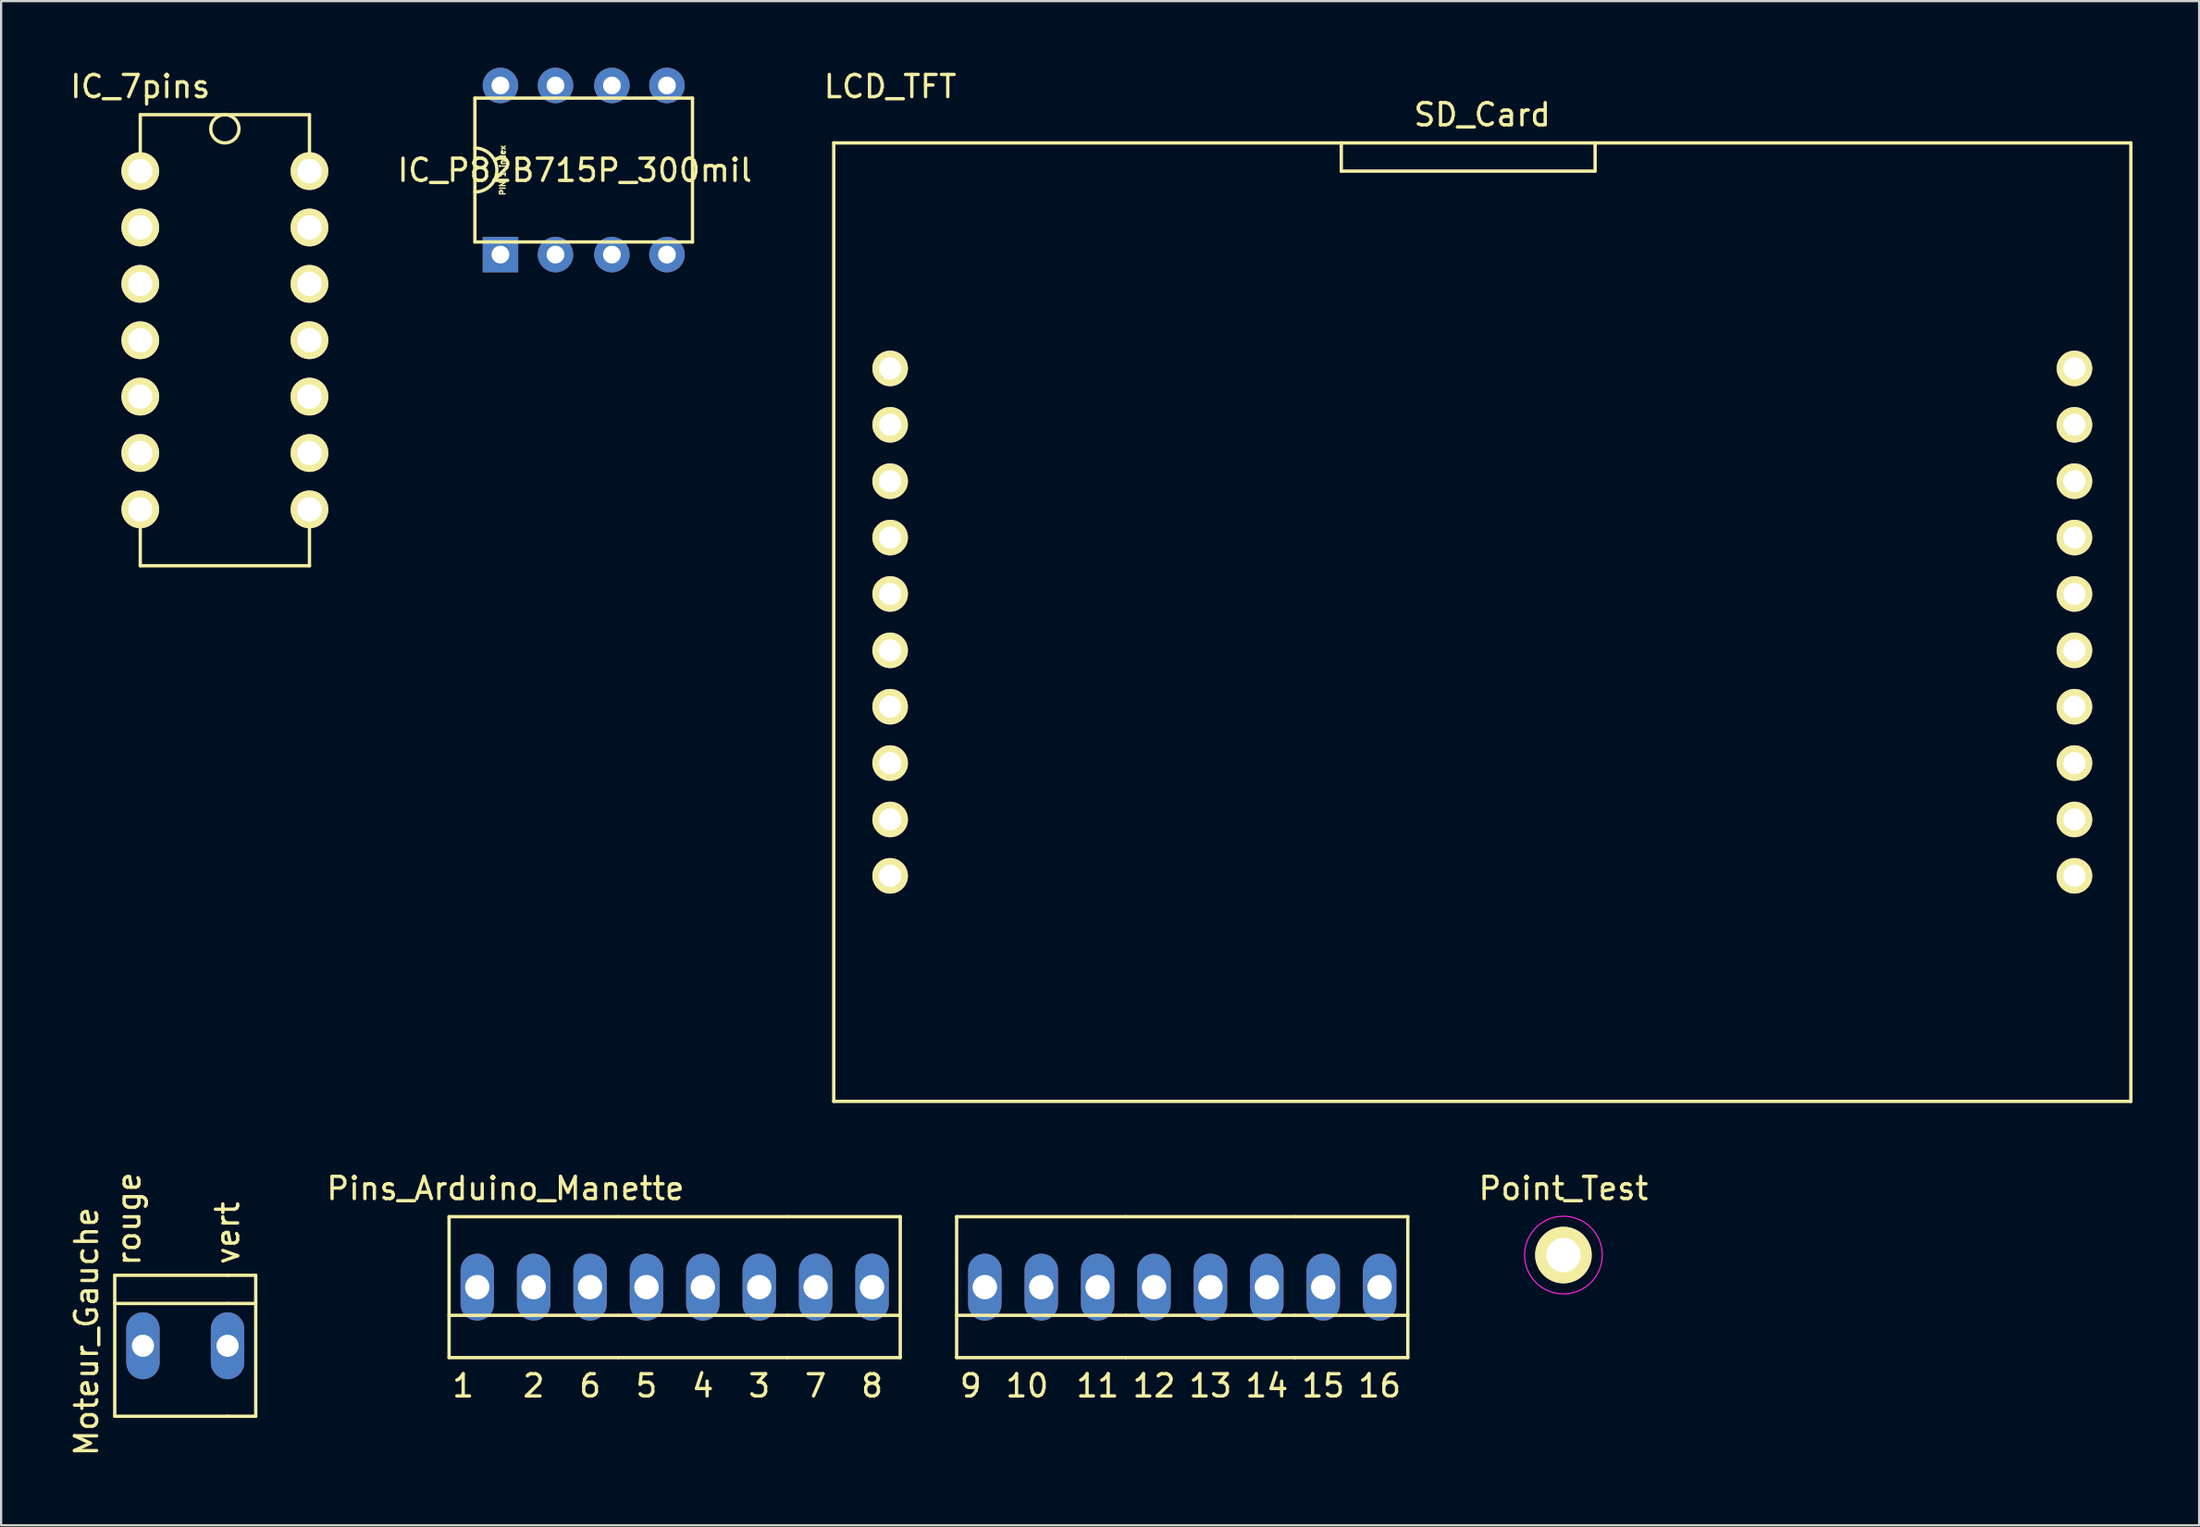
<source format=kicad_pcb>
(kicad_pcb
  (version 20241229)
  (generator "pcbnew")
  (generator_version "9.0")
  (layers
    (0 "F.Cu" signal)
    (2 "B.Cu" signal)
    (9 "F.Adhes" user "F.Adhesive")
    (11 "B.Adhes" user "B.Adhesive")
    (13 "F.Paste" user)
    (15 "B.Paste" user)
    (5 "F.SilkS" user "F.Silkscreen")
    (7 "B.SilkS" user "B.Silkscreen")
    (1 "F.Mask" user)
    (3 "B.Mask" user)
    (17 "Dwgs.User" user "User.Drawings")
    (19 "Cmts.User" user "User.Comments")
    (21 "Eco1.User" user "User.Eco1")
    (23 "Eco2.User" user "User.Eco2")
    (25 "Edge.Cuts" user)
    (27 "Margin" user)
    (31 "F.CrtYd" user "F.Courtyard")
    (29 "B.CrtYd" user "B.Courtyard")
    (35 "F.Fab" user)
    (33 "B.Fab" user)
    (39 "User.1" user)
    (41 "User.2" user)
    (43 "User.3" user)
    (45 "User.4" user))
  (footprint "IC_P82B715P_300mil"
    (layer "F.Cu")
    (at 18.339 1.37)
    (property "Reference" "IC_P82B715P_300mil" (at 4.5 3.25 0) (layer "F.SilkS") (effects (font (size 1 1) (thickness 0.15))))
    (attr through_hole)
    (fp_line (start 0 0) (end 0 6.48) (stroke (width 0.15) (type solid)) (layer "F.SilkS"))
    (fp_line (start 0 0) (end 9.8 0) (stroke (width 0.15) (type solid)) (layer "F.SilkS"))
    (fp_line (start 9.8 0) (end 9.8 6.48) (stroke (width 0.15) (type solid)) (layer "F.SilkS"))
    (fp_line (start 9.8 6.48) (end 0 6.48) (stroke (width 0.15) (type solid)) (layer "F.SilkS"))
    (fp_arc (start 0 2.25) (mid 0.99 3.24) (end 0 4.23) (stroke (width 0.15) (type solid)) (layer "F.SilkS"))
    (fp_text user "PIN 1 index" (at 1.25 3.25 90) (layer "F.SilkS") (effects (font (size 0.25 0.25) (thickness 0.062))))
    (pad "1" thru_hole rect (at 1.15 7.05) (size 1.6 1.6) (drill 0.8) (layers "*.Cu" "*.Mask"))
    (pad "2" thru_hole circle (at 3.63 7.05) (size 1.6 1.6) (drill 0.8) (layers "*.Cu" "*.Mask"))
    (pad "3" thru_hole circle (at 6.17 7.05) (size 1.6 1.6) (drill 0.8) (layers "*.Cu" "*.Mask"))
    (pad "4" thru_hole circle (at 8.65 7.05) (size 1.6 1.6) (drill 0.8) (layers "*.Cu" "*.Mask"))
    (pad "5" thru_hole circle (at 8.65 -0.57) (size 1.6 1.6) (drill 0.8) (layers "*.Cu" "*.Mask"))
    (pad "6" thru_hole circle (at 6.17 -0.57) (size 1.6 1.6) (drill 0.8) (layers "*.Cu" "*.Mask"))
    (pad "7" thru_hole circle (at 3.63 -0.57) (size 1.6 1.6) (drill 0.8) (layers "*.Cu" "*.Mask"))
    (pad "8" thru_hole circle (at 1.15 -0.57) (size 1.6 1.6) (drill 0.8) (layers "*.Cu" "*.Mask")))
  (footprint "Pins_Arduino_Manette"
    (layer "F.Cu")
    (at 20.986 52.397)
    (property "Reference" "Pins_Arduino_Manette" (at -1.27 -1.905 180) (layer "F.SilkS") (effects (font (size 1 1) (thickness 0.15))))
    (attr exclude_from_pos_files exclude_from_bom)
    (fp_line (start -3.81 5.715) (end -3.81 -0.635) (stroke (width 0.15) (type solid)) (layer "F.SilkS"))
    (fp_line (start 3.81 -0.635) (end -3.81 -0.635) (stroke (width 0.15) (type solid)) (layer "F.SilkS"))
    (fp_line (start 3.81 -0.635) (end 11.43 -0.635) (stroke (width 0.15) (type solid)) (layer "F.SilkS"))
    (fp_line (start 3.81 3.81) (end -3.81 3.81) (stroke (width 0.15) (type solid)) (layer "F.SilkS"))
    (fp_line (start 3.81 3.81) (end 11.43 3.81) (stroke (width 0.15) (type solid)) (layer "F.SilkS"))
    (fp_line (start 3.81 5.715) (end -3.81 5.715) (stroke (width 0.15) (type solid)) (layer "F.SilkS"))
    (fp_line (start 11.43 -0.635) (end 16.51 -0.635) (stroke (width 0.15) (type solid)) (layer "F.SilkS"))
    (fp_line (start 11.43 3.81) (end 16.51 3.81) (stroke (width 0.15) (type solid)) (layer "F.SilkS"))
    (fp_line (start 11.43 5.715) (end 3.81 5.715) (stroke (width 0.15) (type solid)) (layer "F.SilkS"))
    (fp_line (start 11.43 5.715) (end 16.51 5.715) (stroke (width 0.15) (type solid)) (layer "F.SilkS"))
    (fp_line (start 16.51 5.715) (end 16.51 -0.635) (stroke (width 0.15) (type solid)) (layer "F.SilkS"))
    (fp_line (start 19.05 5.715) (end 19.05 -0.635) (stroke (width 0.15) (type solid)) (layer "F.SilkS"))
    (fp_line (start 26.67 -0.635) (end 19.05 -0.635) (stroke (width 0.15) (type solid)) (layer "F.SilkS"))
    (fp_line (start 26.67 -0.635) (end 34.29 -0.635) (stroke (width 0.15) (type solid)) (layer "F.SilkS"))
    (fp_line (start 26.67 3.81) (end 19.05 3.81) (stroke (width 0.15) (type solid)) (layer "F.SilkS"))
    (fp_line (start 26.67 3.81) (end 34.29 3.81) (stroke (width 0.15) (type solid)) (layer "F.SilkS"))
    (fp_line (start 26.67 5.715) (end 19.05 5.715) (stroke (width 0.15) (type solid)) (layer "F.SilkS"))
    (fp_line (start 34.29 -0.635) (end 39.37 -0.635) (stroke (width 0.15) (type solid)) (layer "F.SilkS"))
    (fp_line (start 34.29 3.81) (end 39.37 3.81) (stroke (width 0.15) (type solid)) (layer "F.SilkS"))
    (fp_line (start 34.29 5.715) (end 26.67 5.715) (stroke (width 0.15) (type solid)) (layer "F.SilkS"))
    (fp_line (start 34.29 5.715) (end 39.37 5.715) (stroke (width 0.15) (type solid)) (layer "F.SilkS"))
    (fp_line (start 39.37 5.715) (end 39.37 -0.635) (stroke (width 0.15) (type solid)) (layer "F.SilkS"))
    (fp_text user "11" (at 25.4 6.985 0) (layer "F.SilkS") (effects (font (size 1 1) (thickness 0.15))))
    (fp_text user "13" (at 30.48 6.985 0) (layer "F.SilkS") (effects (font (size 1 1) (thickness 0.15))))
    (fp_text user "1" (at -3.175 6.985 0) (layer "F.SilkS") (effects (font (size 1 1) (thickness 0.15))))
    (fp_text user "14" (at 33.02 6.985 0) (layer "F.SilkS") (effects (font (size 1 1) (thickness 0.15))))
    (fp_text user "16" (at 38.1 6.985 0) (layer "F.SilkS") (effects (font (size 1 1) (thickness 0.15))))
    (fp_text user "6" (at 2.54 6.985 0) (layer "F.SilkS") (effects (font (size 1 1) (thickness 0.15))))
    (fp_text user "7" (at 12.7 6.985 0) (layer "F.SilkS") (effects (font (size 1 1) (thickness 0.15))))
    (fp_text user "8" (at 15.24 6.985 0) (layer "F.SilkS") (effects (font (size 1 1) (thickness 0.15))))
    (fp_text user "5" (at 5.08 6.985 0) (layer "F.SilkS") (effects (font (size 1 1) (thickness 0.15))))
    (fp_text user "12" (at 27.94 6.985 0) (layer "F.SilkS") (effects (font (size 1 1) (thickness 0.15))))
    (fp_text user "4" (at 7.62 6.985 0) (layer "F.SilkS") (effects (font (size 1 1) (thickness 0.15))))
    (fp_text user "3" (at 10.16 6.985 0) (layer "F.SilkS") (effects (font (size 1 1) (thickness 0.15))))
    (fp_text user "10" (at 22.225 6.985 0) (layer "F.SilkS") (effects (font (size 1 1) (thickness 0.15))))
    (fp_text user "9" (at 19.685 6.985 0) (layer "F.SilkS") (effects (font (size 1 1) (thickness 0.15))))
    (fp_text user "15" (at 35.56 6.985 0) (layer "F.SilkS") (effects (font (size 1 1) (thickness 0.15))))
    (fp_text user "2" (at 0 6.985 0) (layer "F.SilkS") (effects (font (size 1 1) (thickness 0.15))))
    (pad "1" thru_hole oval (at -2.54 2.54 180) (size 1.506 3.015) (drill 1.1) (layers "*.Cu" "*.Mask"))
    (pad "2" thru_hole oval (at 0 2.54 180) (size 1.506 3.015) (drill 1.1) (layers "*.Cu" "*.Mask"))
    (pad "3" thru_hole oval (at 10.16 2.54 180) (size 1.506 3.015) (drill 1.1) (layers "*.Cu" "*.Mask"))
    (pad "4" thru_hole oval (at 7.62 2.54 180) (size 1.506 3.015) (drill 1.1) (layers "*.Cu" "*.Mask"))
    (pad "5" thru_hole oval (at 5.08 2.54 180) (size 1.506 3.015) (drill 1.1) (layers "*.Cu" "*.Mask"))
    (pad "6" thru_hole oval (at 2.54 2.54 180) (size 1.506 3.015) (drill 1.1) (layers "*.Cu" "*.Mask"))
    (pad "7" thru_hole oval (at 12.7 2.54 180) (size 1.506 3.015) (drill 1.1) (layers "*.Cu" "*.Mask"))
    (pad "8" thru_hole oval (at 15.24 2.54 180) (size 1.506 3.015) (drill 1.1) (layers "*.Cu" "*.Mask"))
    (pad "9" thru_hole oval (at 20.32 2.54 180) (size 1.506 3.015) (drill 1.1) (layers "*.Cu" "*.Mask"))
    (pad "10" thru_hole oval (at 22.86 2.54 180) (size 1.506 3.015) (drill 1.1) (layers "*.Cu" "*.Mask"))
    (pad "11" thru_hole oval (at 25.4 2.54 180) (size 1.506 3.015) (drill 1.1) (layers "*.Cu" "*.Mask"))
    (pad "12" thru_hole oval (at 27.94 2.54 180) (size 1.506 3.015) (drill 1.1) (layers "*.Cu" "*.Mask"))
    (pad "13" thru_hole oval (at 30.48 2.54 180) (size 1.506 3.015) (drill 1.1) (layers "*.Cu" "*.Mask"))
    (pad "14" thru_hole oval (at 33.02 2.54 180) (size 1.506 3.015) (drill 1.1) (layers "*.Cu" "*.Mask"))
    (pad "15" thru_hole oval (at 35.56 2.54 180) (size 1.506 3.015) (drill 1.1) (layers "*.Cu" "*.Mask"))
    (pad "16" thru_hole oval (at 38.1 2.54 180) (size 1.506 3.015) (drill 1.1) (layers "*.Cu" "*.Mask")))
  (footprint "IC_7pins"
    (layer "F.Cu")
    (at 5.808 24.978)
    (property "Reference" "IC_7pins" (at -2.54 -24.13 0) (layer "F.SilkS") (effects (font (size 1 1) (thickness 0.15))))
    (attr through_hole)
    (fp_line (start -2.54 -22.86) (end 5.08 -22.86) (stroke (width 0.15) (type solid)) (layer "F.SilkS"))
    (fp_line (start -2.54 -20.32) (end -2.54 -22.86) (stroke (width 0.15) (type solid)) (layer "F.SilkS"))
    (fp_line (start -2.54 -5.08) (end -2.54 -2.54) (stroke (width 0.15) (type solid)) (layer "F.SilkS"))
    (fp_line (start -2.54 -2.54) (end 5.08 -2.54) (stroke (width 0.15) (type solid)) (layer "F.SilkS"))
    (fp_line (start 5.08 -22.86) (end 5.08 -20.32) (stroke (width 0.15) (type solid)) (layer "F.SilkS"))
    (fp_line (start 5.08 -2.54) (end 5.08 -5.08) (stroke (width 0.15) (type solid)) (layer "F.SilkS"))
    (fp_circle (center 1.27 -22.225) (end 1.27 -21.59) (stroke (width 0.15) (type solid)) (fill no) (layer "F.SilkS"))
    (pad "1" thru_hole circle (at -2.54 -20.32) (size 1.7 1.7) (drill 1.1) (layers "*.Cu" "*.Mask" "F.SilkS"))
    (pad "2" thru_hole circle (at -2.54 -17.78) (size 1.7 1.7) (drill 1.1) (layers "*.Cu" "*.Mask" "F.SilkS"))
    (pad "3" thru_hole circle (at -2.54 -15.24) (size 1.7 1.7) (drill 1.1) (layers "*.Cu" "*.Mask" "F.SilkS"))
    (pad "4" thru_hole circle (at -2.54 -12.7) (size 1.7 1.7) (drill 1.1) (layers "*.Cu" "*.Mask" "F.SilkS"))
    (pad "5" thru_hole circle (at -2.54 -10.16) (size 1.7 1.7) (drill 1.1) (layers "*.Cu" "*.Mask" "F.SilkS"))
    (pad "6" thru_hole circle (at -2.54 -7.62) (size 1.7 1.7) (drill 1.1) (layers "*.Cu" "*.Mask" "F.SilkS"))
    (pad "7" thru_hole circle (at -2.54 -5.08) (size 1.7 1.7) (drill 1.1) (layers "*.Cu" "*.Mask" "F.SilkS"))
    (pad "8" thru_hole circle (at 5.08 -5.08) (size 1.7 1.7) (drill 1.1) (layers "*.Cu" "*.Mask" "F.SilkS"))
    (pad "9" thru_hole circle (at 5.08 -7.62) (size 1.7 1.7) (drill 1.1) (layers "*.Cu" "*.Mask" "F.SilkS"))
    (pad "10" thru_hole circle (at 5.08 -10.16) (size 1.7 1.7) (drill 1.1) (layers "*.Cu" "*.Mask" "F.SilkS"))
    (pad "11" thru_hole circle (at 5.08 -12.7) (size 1.7 1.7) (drill 1.1) (layers "*.Cu" "*.Mask" "F.SilkS"))
    (pad "12" thru_hole circle (at 5.08 -15.24) (size 1.7 1.7) (drill 1.1) (layers "*.Cu" "*.Mask" "F.SilkS"))
    (pad "13" thru_hole circle (at 5.08 -17.78) (size 1.7 1.7) (drill 1.1) (layers "*.Cu" "*.Mask" "F.SilkS"))
    (pad "14" thru_hole circle (at 5.08 -20.32) (size 1.7 1.7) (drill 1.1) (layers "*.Cu" "*.Mask" "F.SilkS")))
  (footprint "LCD_TFT"
    (layer "F.Cu")
    (at 62.441 36.408)
    (property "Reference" "LCD_TFT" (at -25.4 -35.56 0) (layer "F.SilkS") (effects (font (size 1 1) (thickness 0.15))))
    (attr through_hole)
    (fp_line (start -27.94 -33.02) (end 30.48 -33.02) (stroke (width 0.15) (type solid)) (layer "F.SilkS"))
    (fp_line (start -27.94 10.16) (end -27.94 -33.02) (stroke (width 0.15) (type solid)) (layer "F.SilkS"))
    (fp_line (start -5.08 -33.02) (end -5.08 -31.75) (stroke (width 0.15) (type solid)) (layer "F.SilkS"))
    (fp_line (start -5.08 -31.75) (end 6.35 -31.75) (stroke (width 0.15) (type solid)) (layer "F.SilkS"))
    (fp_line (start 6.35 -31.75) (end 6.35 -33.02) (stroke (width 0.15) (type solid)) (layer "F.SilkS"))
    (fp_line (start 30.48 -33.02) (end 30.48 10.16) (stroke (width 0.15) (type solid)) (layer "F.SilkS"))
    (fp_line (start 30.48 10.16) (end -27.94 10.16) (stroke (width 0.15) (type solid)) (layer "F.SilkS"))
    (fp_text user "SD_Card" (at 1.27 -34.29 0) (layer "F.SilkS") (effects (font (size 1 1) (thickness 0.15))))
    (pad "" thru_hole circle (at -25.4 -22.86) (size 1.6 1.6) (drill 1) (layers "*.Cu" "*.Mask" "F.SilkS"))
    (pad "" thru_hole circle (at -25.4 -20.32) (size 1.6 1.6) (drill 1) (layers "*.Cu" "*.Mask" "F.SilkS"))
    (pad "" thru_hole circle (at -25.4 -17.78) (size 1.6 1.6) (drill 1) (layers "*.Cu" "*.Mask" "F.SilkS"))
    (pad "" thru_hole circle (at -25.4 -15.24) (size 1.6 1.6) (drill 1) (layers "*.Cu" "*.Mask" "F.SilkS"))
    (pad "" thru_hole circle (at -25.4 -12.7) (size 1.6 1.6) (drill 1) (layers "*.Cu" "*.Mask" "F.SilkS"))
    (pad "" thru_hole circle (at -25.4 -10.16) (size 1.6 1.6) (drill 1) (layers "*.Cu" "*.Mask" "F.SilkS"))
    (pad "" thru_hole circle (at -25.4 -7.62) (size 1.6 1.6) (drill 1) (layers "*.Cu" "*.Mask" "F.SilkS"))
    (pad "" thru_hole circle (at -25.4 -5.08) (size 1.6 1.6) (drill 1) (layers "*.Cu" "*.Mask" "F.SilkS"))
    (pad "" thru_hole circle (at -25.4 -2.54) (size 1.6 1.6) (drill 1) (layers "*.Cu" "*.Mask" "F.SilkS"))
    (pad "" thru_hole circle (at -25.4 0) (size 1.6 1.6) (drill 1) (layers "*.Cu" "*.Mask" "F.SilkS"))
    (pad "1" thru_hole circle (at 27.94 -22.86) (size 1.6 1.6) (drill 1) (layers "*.Cu" "*.Mask" "F.SilkS"))
    (pad "2" thru_hole circle (at 27.94 -20.32) (size 1.6 1.6) (drill 1) (layers "*.Cu" "*.Mask" "F.SilkS"))
    (pad "3" thru_hole circle (at 27.94 -17.78) (size 1.6 1.6) (drill 1) (layers "*.Cu" "*.Mask" "F.SilkS"))
    (pad "4" thru_hole circle (at 27.94 -15.24) (size 1.6 1.6) (drill 1) (layers "*.Cu" "*.Mask" "F.SilkS"))
    (pad "5" thru_hole circle (at 27.94 -12.7) (size 1.6 1.6) (drill 1) (layers "*.Cu" "*.Mask" "F.SilkS"))
    (pad "6" thru_hole circle (at 27.94 -10.16) (size 1.6 1.6) (drill 1) (layers "*.Cu" "*.Mask" "F.SilkS"))
    (pad "7" thru_hole circle (at 27.94 -7.62) (size 1.6 1.6) (drill 1) (layers "*.Cu" "*.Mask" "F.SilkS"))
    (pad "8" thru_hole circle (at 27.94 -5.08) (size 1.6 1.6) (drill 1) (layers "*.Cu" "*.Mask" "F.SilkS"))
    (pad "9" thru_hole circle (at 27.94 -2.54) (size 1.6 1.6) (drill 1) (layers "*.Cu" "*.Mask" "F.SilkS"))
    (pad "10" thru_hole circle (at 27.94 0) (size 1.6 1.6) (drill 1) (layers "*.Cu" "*.Mask" "F.SilkS")))
  (footprint "Point_Test"
    (layer "F.Cu")
    (at 67.365 53.492)
    (property "Reference" "Point_Test" (at 0 -3 0) (layer "F.SilkS") (effects (font (size 1 1) (thickness 0.15))))
    (attr exclude_from_pos_files exclude_from_bom)
    (fp_circle (center 0 0) (end 1.75 0) (stroke (width 0.05) (type solid)) (fill no) (layer "F.CrtYd"))
    (pad "1" thru_hole circle (at 0 0) (size 2.55 2.55) (drill 1.55) (layers "*.Cu" "*.Mask" "F.SilkS")))
  (footprint "Moteur_Gauche"
    (layer "F.Cu")
    (at 4.658 57.578)
    (property "Reference" "Moteur_Gauche" (at -3.81 -0.635 90) (layer "F.SilkS") (effects (font (size 1 1) (thickness 0.15))))
    (attr exclude_from_pos_files exclude_from_bom)
    (fp_line (start -2.54 -3.175) (end -2.54 3.175) (stroke (width 0.15) (type solid)) (layer "F.SilkS"))
    (fp_line (start -2.54 -3.175) (end 2.54 -3.175) (stroke (width 0.15) (type solid)) (layer "F.SilkS"))
    (fp_line (start 2.54 -3.175) (end 3.81 -3.175) (stroke (width 0.15) (type solid)) (layer "F.SilkS"))
    (fp_line (start 2.54 -1.905) (end -2.54 -1.905) (stroke (width 0.15) (type solid)) (layer "F.SilkS"))
    (fp_line (start 2.54 -1.905) (end 3.81 -1.905) (stroke (width 0.15) (type solid)) (layer "F.SilkS"))
    (fp_line (start 2.54 3.175) (end -2.54 3.175) (stroke (width 0.15) (type solid)) (layer "F.SilkS"))
    (fp_line (start 2.54 3.175) (end 3.81 3.175) (stroke (width 0.15) (type solid)) (layer "F.SilkS"))
    (fp_line (start 3.81 -3.175) (end 3.81 3.175) (stroke (width 0.15) (type solid)) (layer "F.SilkS"))
    (fp_text user "rouge" (at -1.905 -5.715 90) (layer "F.SilkS") (effects (font (size 1 1) (thickness 0.15))))
    (fp_text user "vert" (at 2.54 -5.08 90) (layer "F.SilkS") (effects (font (size 1 1) (thickness 0.15))))
    (pad "1" thru_hole oval (at -1.27 0) (size 1.506 3.015) (drill 0.998) (layers "*.Cu" "*.Mask"))
    (pad "2" thru_hole oval (at 2.54 0) (size 1.506 3.015) (drill 0.998) (layers "*.Cu" "*.Mask")))
  (gr_rect
    (start -3 -3)
    (end 95.996 65.664)
    (stroke (width 0.1) (type default))
    (fill no)
    (layer "Edge.Cuts")))
</source>
